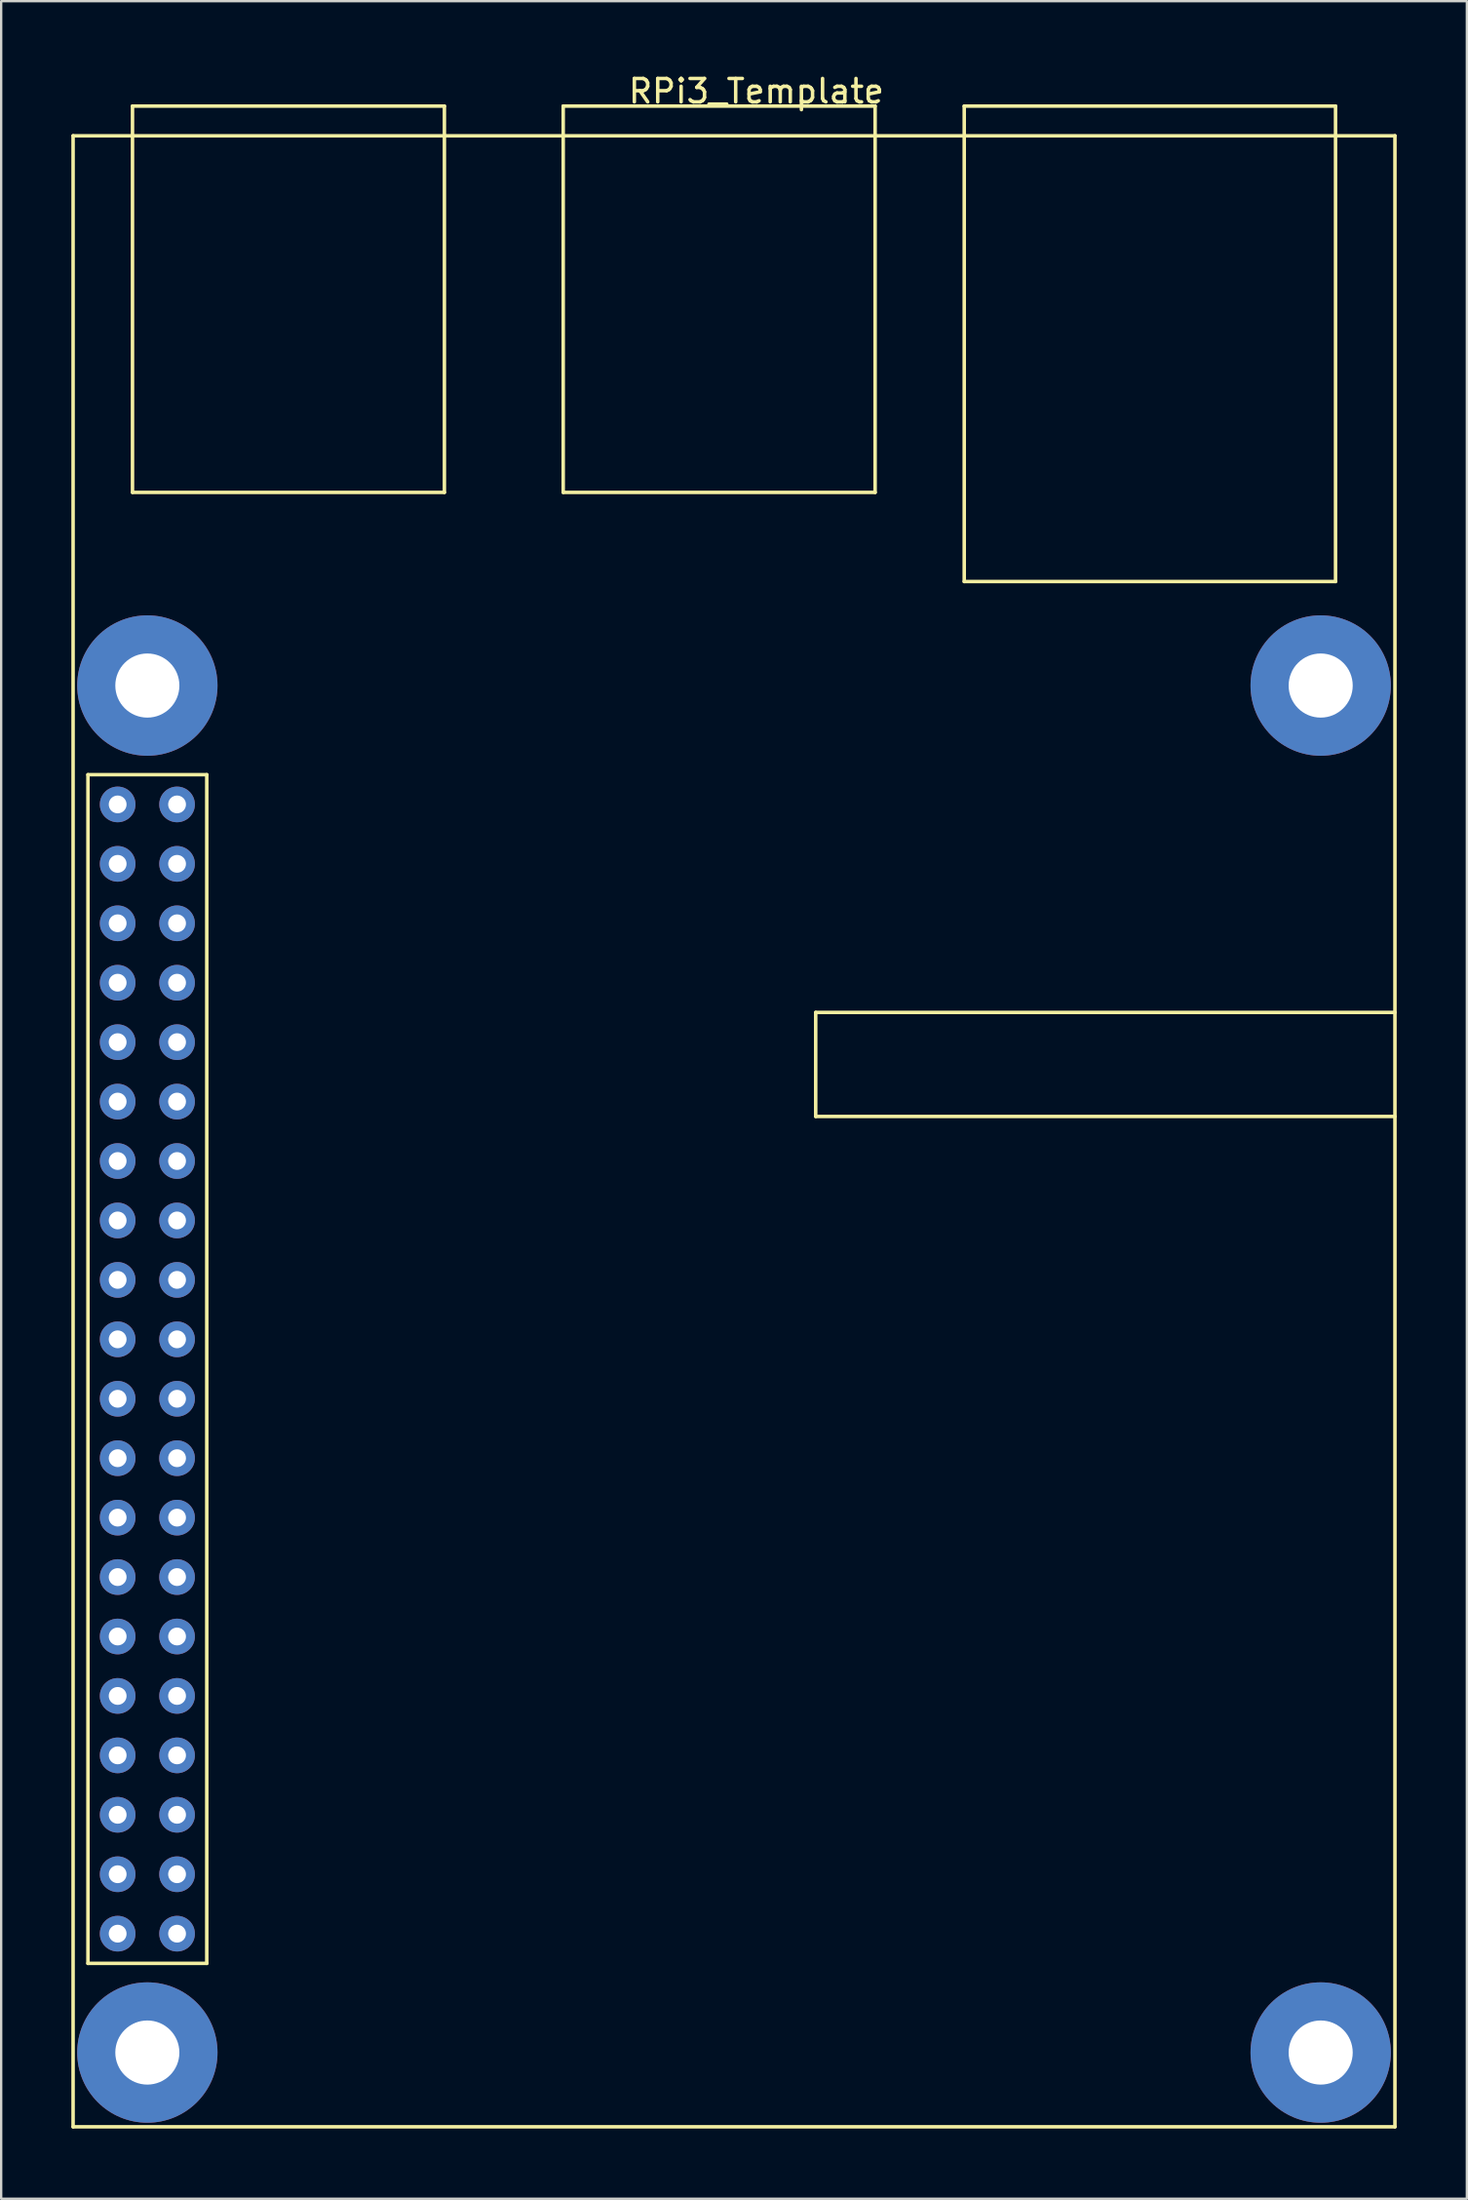
<source format=kicad_pcb>
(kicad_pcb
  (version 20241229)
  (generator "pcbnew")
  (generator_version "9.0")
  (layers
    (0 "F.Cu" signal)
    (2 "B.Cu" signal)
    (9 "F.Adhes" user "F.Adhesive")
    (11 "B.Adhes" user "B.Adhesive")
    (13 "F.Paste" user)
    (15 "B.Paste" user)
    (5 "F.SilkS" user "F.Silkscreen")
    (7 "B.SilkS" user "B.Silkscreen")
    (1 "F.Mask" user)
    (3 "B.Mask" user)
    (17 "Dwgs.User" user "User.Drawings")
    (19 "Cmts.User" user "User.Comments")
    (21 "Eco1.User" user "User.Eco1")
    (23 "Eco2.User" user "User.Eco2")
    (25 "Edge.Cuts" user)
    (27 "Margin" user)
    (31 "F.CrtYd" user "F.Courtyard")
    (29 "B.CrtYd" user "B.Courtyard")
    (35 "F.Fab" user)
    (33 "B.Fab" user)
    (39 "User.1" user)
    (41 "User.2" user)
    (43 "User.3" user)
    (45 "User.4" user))
  (footprint "RPi3_Template"
    (layer "F.Cu")
    (at 15.315 70.063)
    (property "Reference" "RPi3_Template" (at 13.97 -69.215 0) (layer "F.SilkS") (effects (font (size 1 1) (thickness 0.15))))
    (attr through_hole)
    (fp_line (start -15.24 -67.31) (end 41.275 -67.31) (stroke (width 0.15) (type solid)) (layer "F.SilkS"))
    (fp_line (start -15.24 17.78) (end -15.24 -67.31) (stroke (width 0.15) (type solid)) (layer "F.SilkS"))
    (fp_line (start -14.605 -40.005) (end -9.525 -40.005) (stroke (width 0.15) (type solid)) (layer "F.SilkS"))
    (fp_line (start -14.605 10.795) (end -14.605 -40.005) (stroke (width 0.15) (type solid)) (layer "F.SilkS"))
    (fp_line (start -12.7 -68.58) (end 0.635 -68.58) (stroke (width 0.15) (type solid)) (layer "F.SilkS"))
    (fp_line (start -12.7 -52.07) (end -12.7 -68.58) (stroke (width 0.15) (type solid)) (layer "F.SilkS"))
    (fp_line (start -9.525 -40.005) (end -9.525 10.795) (stroke (width 0.15) (type solid)) (layer "F.SilkS"))
    (fp_line (start -9.525 10.795) (end -14.605 10.795) (stroke (width 0.15) (type solid)) (layer "F.SilkS"))
    (fp_line (start 0.635 -68.58) (end 0.635 -52.07) (stroke (width 0.15) (type solid)) (layer "F.SilkS"))
    (fp_line (start 0.635 -52.07) (end -12.7 -52.07) (stroke (width 0.15) (type solid)) (layer "F.SilkS"))
    (fp_line (start 5.715 -68.58) (end 19.05 -68.58) (stroke (width 0.15) (type solid)) (layer "F.SilkS"))
    (fp_line (start 5.715 -52.07) (end 5.715 -68.58) (stroke (width 0.15) (type solid)) (layer "F.SilkS"))
    (fp_line (start 16.51 -29.845) (end 41.275 -29.845) (stroke (width 0.15) (type solid)) (layer "F.SilkS"))
    (fp_line (start 16.51 -25.4) (end 16.51 -29.845) (stroke (width 0.15) (type solid)) (layer "F.SilkS"))
    (fp_line (start 19.05 -68.58) (end 19.05 -52.07) (stroke (width 0.15) (type solid)) (layer "F.SilkS"))
    (fp_line (start 19.05 -52.07) (end 5.715 -52.07) (stroke (width 0.15) (type solid)) (layer "F.SilkS"))
    (fp_line (start 22.86 -68.58) (end 38.735 -68.58) (stroke (width 0.15) (type solid)) (layer "F.SilkS"))
    (fp_line (start 22.86 -48.26) (end 22.86 -68.58) (stroke (width 0.15) (type solid)) (layer "F.SilkS"))
    (fp_line (start 38.735 -68.58) (end 38.735 -48.26) (stroke (width 0.15) (type solid)) (layer "F.SilkS"))
    (fp_line (start 38.735 -48.26) (end 22.86 -48.26) (stroke (width 0.15) (type solid)) (layer "F.SilkS"))
    (fp_line (start 41.275 -67.31) (end 41.275 17.78) (stroke (width 0.15) (type solid)) (layer "F.SilkS"))
    (fp_line (start 41.275 -25.4) (end 16.51 -25.4) (stroke (width 0.15) (type solid)) (layer "F.SilkS"))
    (fp_line (start 41.275 17.78) (end -15.24 17.78) (stroke (width 0.15) (type solid)) (layer "F.SilkS"))
    (pad "" thru_hole circle (at -12.065 -43.815) (size 6 6) (drill 2.74) (layers "*.Cu" "*.Mask"))
    (pad "" thru_hole circle (at -12.065 14.605) (size 6 6) (drill 2.74) (layers "*.Cu" "*.Mask"))
    (pad "" thru_hole circle (at 38.1 -43.815) (size 6 6) (drill 2.74) (layers "*.Cu" "*.Mask"))
    (pad "" thru_hole circle (at 38.1 14.605) (size 6 6) (drill 2.74) (layers "*.Cu" "*.Mask"))
    (pad "1" thru_hole circle (at -10.795 9.525) (size 1.524 1.524) (drill 0.762) (layers "*.Cu" "*.Mask"))
    (pad "2" thru_hole circle (at -13.335 9.525) (size 1.524 1.524) (drill 0.762) (layers "*.Cu" "*.Mask"))
    (pad "3" thru_hole circle (at -10.795 6.985) (size 1.524 1.524) (drill 0.762) (layers "*.Cu" "*.Mask"))
    (pad "4" thru_hole circle (at -13.335 6.985) (size 1.524 1.524) (drill 0.762) (layers "*.Cu" "*.Mask"))
    (pad "5" thru_hole circle (at -10.795 4.445) (size 1.524 1.524) (drill 0.762) (layers "*.Cu" "*.Mask"))
    (pad "6" thru_hole circle (at -13.335 4.445) (size 1.524 1.524) (drill 0.762) (layers "*.Cu" "*.Mask"))
    (pad "7" thru_hole circle (at -10.795 1.905) (size 1.524 1.524) (drill 0.762) (layers "*.Cu" "*.Mask"))
    (pad "8" thru_hole circle (at -13.335 1.905) (size 1.524 1.524) (drill 0.762) (layers "*.Cu" "*.Mask"))
    (pad "9" thru_hole circle (at -10.795 -0.635) (size 1.524 1.524) (drill 0.762) (layers "*.Cu" "*.Mask"))
    (pad "10" thru_hole circle (at -13.335 -0.635) (size 1.524 1.524) (drill 0.762) (layers "*.Cu" "*.Mask"))
    (pad "11" thru_hole circle (at -10.795 -3.175) (size 1.524 1.524) (drill 0.762) (layers "*.Cu" "*.Mask"))
    (pad "12" thru_hole circle (at -13.335 -3.175) (size 1.524 1.524) (drill 0.762) (layers "*.Cu" "*.Mask"))
    (pad "13" thru_hole circle (at -10.795 -5.715) (size 1.524 1.524) (drill 0.762) (layers "*.Cu" "*.Mask"))
    (pad "14" thru_hole circle (at -13.335 -5.715) (size 1.524 1.524) (drill 0.762) (layers "*.Cu" "*.Mask"))
    (pad "15" thru_hole circle (at -10.795 -8.255) (size 1.524 1.524) (drill 0.762) (layers "*.Cu" "*.Mask"))
    (pad "16" thru_hole circle (at -13.335 -8.255) (size 1.524 1.524) (drill 0.762) (layers "*.Cu" "*.Mask"))
    (pad "17" thru_hole circle (at -10.795 -10.795) (size 1.524 1.524) (drill 0.762) (layers "*.Cu" "*.Mask"))
    (pad "18" thru_hole circle (at -13.335 -10.795) (size 1.524 1.524) (drill 0.762) (layers "*.Cu" "*.Mask"))
    (pad "19" thru_hole circle (at -10.795 -13.335) (size 1.524 1.524) (drill 0.762) (layers "*.Cu" "*.Mask"))
    (pad "20" thru_hole circle (at -13.335 -13.335) (size 1.524 1.524) (drill 0.762) (layers "*.Cu" "*.Mask"))
    (pad "21" thru_hole circle (at -10.795 -15.875) (size 1.524 1.524) (drill 0.762) (layers "*.Cu" "*.Mask"))
    (pad "22" thru_hole circle (at -13.335 -15.875) (size 1.524 1.524) (drill 0.762) (layers "*.Cu" "*.Mask"))
    (pad "23" thru_hole circle (at -10.795 -18.415) (size 1.524 1.524) (drill 0.762) (layers "*.Cu" "*.Mask"))
    (pad "24" thru_hole circle (at -13.335 -18.415) (size 1.524 1.524) (drill 0.762) (layers "*.Cu" "*.Mask"))
    (pad "25" thru_hole circle (at -10.795 -20.955) (size 1.524 1.524) (drill 0.762) (layers "*.Cu" "*.Mask"))
    (pad "26" thru_hole circle (at -13.335 -20.955) (size 1.524 1.524) (drill 0.762) (layers "*.Cu" "*.Mask"))
    (pad "27" thru_hole circle (at -10.795 -23.495) (size 1.524 1.524) (drill 0.762) (layers "*.Cu" "*.Mask"))
    (pad "28" thru_hole circle (at -13.335 -23.495) (size 1.524 1.524) (drill 0.762) (layers "*.Cu" "*.Mask"))
    (pad "29" thru_hole circle (at -10.795 -26.035) (size 1.524 1.524) (drill 0.762) (layers "*.Cu" "*.Mask"))
    (pad "30" thru_hole circle (at -13.335 -26.035) (size 1.524 1.524) (drill 0.762) (layers "*.Cu" "*.Mask"))
    (pad "31" thru_hole circle (at -10.795 -28.575) (size 1.524 1.524) (drill 0.762) (layers "*.Cu" "*.Mask"))
    (pad "32" thru_hole circle (at -13.335 -28.575) (size 1.524 1.524) (drill 0.762) (layers "*.Cu" "*.Mask"))
    (pad "33" thru_hole circle (at -10.795 -31.115) (size 1.524 1.524) (drill 0.762) (layers "*.Cu" "*.Mask"))
    (pad "34" thru_hole circle (at -13.335 -31.115) (size 1.524 1.524) (drill 0.762) (layers "*.Cu" "*.Mask"))
    (pad "35" thru_hole circle (at -10.795 -33.655) (size 1.524 1.524) (drill 0.762) (layers "*.Cu" "*.Mask"))
    (pad "36" thru_hole circle (at -13.335 -33.655) (size 1.524 1.524) (drill 0.762) (layers "*.Cu" "*.Mask"))
    (pad "37" thru_hole circle (at -10.795 -36.195) (size 1.524 1.524) (drill 0.762) (layers "*.Cu" "*.Mask"))
    (pad "38" thru_hole circle (at -13.335 -36.195) (size 1.524 1.524) (drill 0.762) (layers "*.Cu" "*.Mask"))
    (pad "39" thru_hole circle (at -10.795 -38.735) (size 1.524 1.524) (drill 0.762) (layers "*.Cu" "*.Mask"))
    (pad "40" thru_hole circle (at -13.335 -38.735) (size 1.524 1.524) (drill 0.762) (layers "*.Cu" "*.Mask")))
  (gr_rect
    (start -3 -3)
    (end 59.665 90.918)
    (stroke (width 0.1) (type default))
    (fill no)
    (layer "Edge.Cuts")))
</source>
